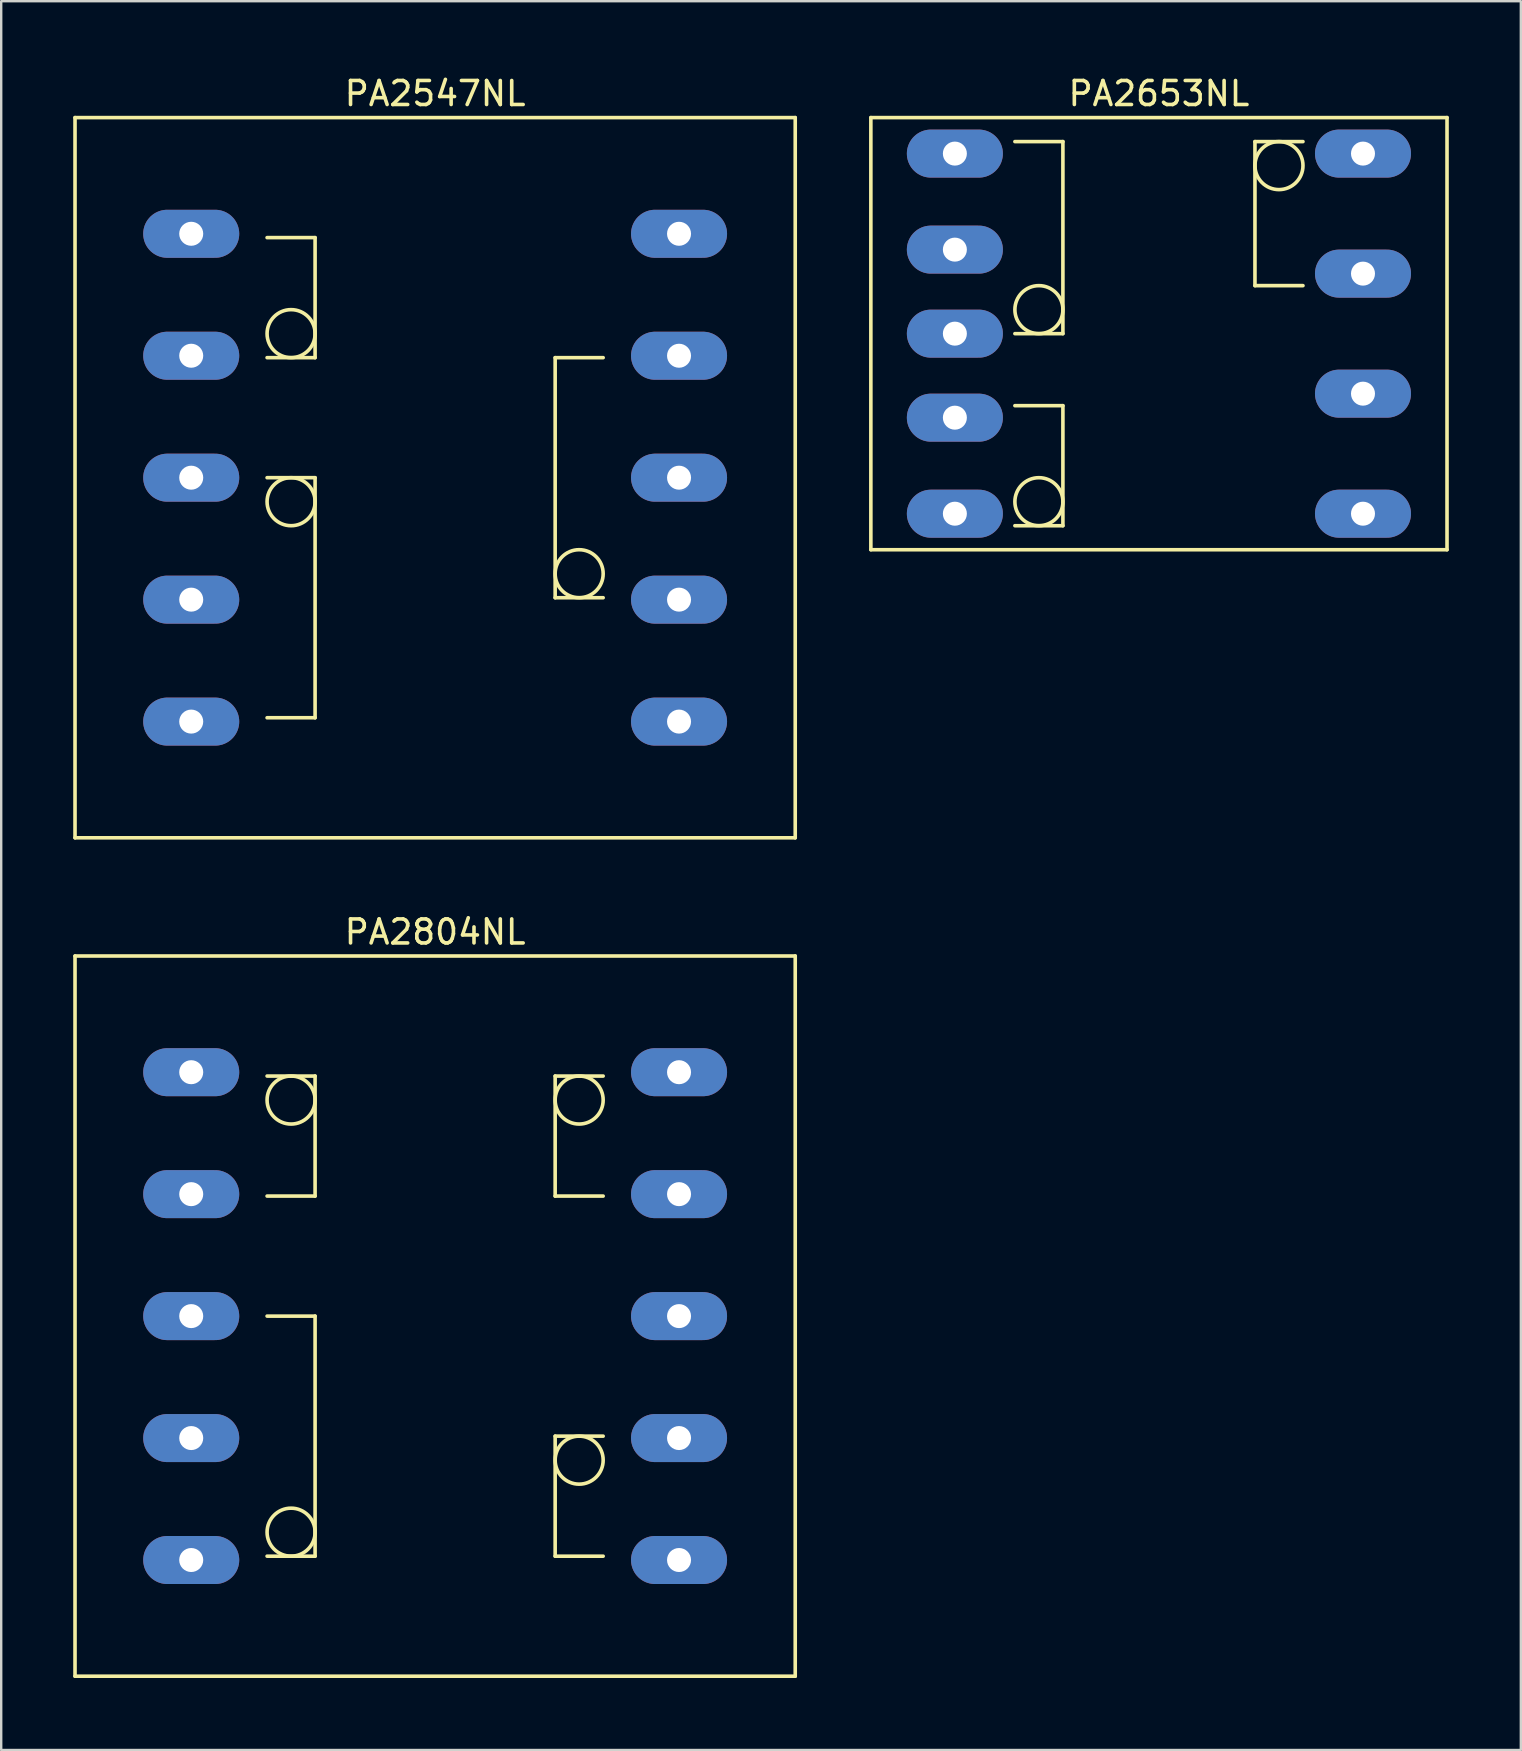
<source format=kicad_pcb>
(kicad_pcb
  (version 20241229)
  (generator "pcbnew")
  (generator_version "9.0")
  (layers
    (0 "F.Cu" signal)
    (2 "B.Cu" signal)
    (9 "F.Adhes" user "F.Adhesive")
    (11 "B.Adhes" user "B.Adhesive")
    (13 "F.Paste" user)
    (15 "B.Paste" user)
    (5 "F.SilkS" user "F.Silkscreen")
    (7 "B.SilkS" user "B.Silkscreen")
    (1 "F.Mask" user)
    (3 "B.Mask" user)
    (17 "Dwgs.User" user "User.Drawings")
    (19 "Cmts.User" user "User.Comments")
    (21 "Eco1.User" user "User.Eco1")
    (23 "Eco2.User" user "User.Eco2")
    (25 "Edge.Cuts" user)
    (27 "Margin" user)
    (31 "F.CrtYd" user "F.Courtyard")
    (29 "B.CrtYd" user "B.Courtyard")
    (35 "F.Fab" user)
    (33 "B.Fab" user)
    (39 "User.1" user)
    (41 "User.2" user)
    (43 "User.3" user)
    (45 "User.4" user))
  (footprint "PA2804NL"
    (layer "F.Cu")
    (at 15.075 51.772)
    (property "Reference" "PA2804NL" (at 0 -16 0) (layer "F.SilkS") (effects (font (size 1 1) (thickness 0.15))))
    (attr through_hole)
    (fp_line (start -15 -15) (end 15 -15) (stroke (width 0.15) (type solid)) (layer "F.SilkS"))
    (fp_line (start -15 15) (end -15 -15) (stroke (width 0.15) (type solid)) (layer "F.SilkS"))
    (fp_line (start -7 -10) (end -5 -10) (stroke (width 0.15) (type solid)) (layer "F.SilkS"))
    (fp_line (start -7 10) (end -5 10) (stroke (width 0.15) (type solid)) (layer "F.SilkS"))
    (fp_line (start -5 -10) (end -5 -5) (stroke (width 0.15) (type solid)) (layer "F.SilkS"))
    (fp_line (start -5 -5) (end -7 -5) (stroke (width 0.15) (type solid)) (layer "F.SilkS"))
    (fp_line (start -5 0) (end -7 0) (stroke (width 0.15) (type solid)) (layer "F.SilkS"))
    (fp_line (start -5 10) (end -5 0) (stroke (width 0.15) (type solid)) (layer "F.SilkS"))
    (fp_line (start 5 -10) (end 7 -10) (stroke (width 0.15) (type solid)) (layer "F.SilkS"))
    (fp_line (start 5 -5) (end 5 -10) (stroke (width 0.15) (type solid)) (layer "F.SilkS"))
    (fp_line (start 5 5) (end 7 5) (stroke (width 0.15) (type solid)) (layer "F.SilkS"))
    (fp_line (start 5 10) (end 5 5) (stroke (width 0.15) (type solid)) (layer "F.SilkS"))
    (fp_line (start 7 -5) (end 5 -5) (stroke (width 0.15) (type solid)) (layer "F.SilkS"))
    (fp_line (start 7 10) (end 5 10) (stroke (width 0.15) (type solid)) (layer "F.SilkS"))
    (fp_line (start 15 -15) (end 15 15) (stroke (width 0.15) (type solid)) (layer "F.SilkS"))
    (fp_line (start 15 15) (end -15 15) (stroke (width 0.15) (type solid)) (layer "F.SilkS"))
    (fp_circle (center -6 -9) (end -6 -10) (stroke (width 0.15) (type solid)) (fill no) (layer "F.SilkS"))
    (fp_circle (center -6 9) (end -6 10) (stroke (width 0.15) (type solid)) (fill no) (layer "F.SilkS"))
    (fp_circle (center 6 -9) (end 6 -10) (stroke (width 0.15) (type solid)) (fill no) (layer "F.SilkS"))
    (fp_circle (center 6 6) (end 5 6) (stroke (width 0.15) (type solid)) (fill no) (layer "F.SilkS"))
    (pad "1" thru_hole oval (at -10.16 10.16) (size 4 2) (drill 1) (layers "*.Cu" "*.Mask"))
    (pad "2" thru_hole oval (at -10.16 5.08) (size 4 2) (drill 1) (layers "*.Cu" "*.Mask"))
    (pad "3" thru_hole oval (at -10.16 0) (size 4 2) (drill 1) (layers "*.Cu" "*.Mask"))
    (pad "4" thru_hole oval (at -10.16 -5.08) (size 4 2) (drill 1) (layers "*.Cu" "*.Mask"))
    (pad "5" thru_hole oval (at -10.16 -10.16) (size 4 2) (drill 1) (layers "*.Cu" "*.Mask"))
    (pad "6" thru_hole oval (at 10.16 -10.16) (size 4 2) (drill 1) (layers "*.Cu" "*.Mask"))
    (pad "7" thru_hole oval (at 10.16 -5.08) (size 4 2) (drill 1) (layers "*.Cu" "*.Mask"))
    (pad "8" thru_hole oval (at 10.16 0) (size 4 2) (drill 1) (layers "*.Cu" "*.Mask"))
    (pad "9" thru_hole oval (at 10.16 5.08) (size 4 2) (drill 1) (layers "*.Cu" "*.Mask"))
    (pad "10" thru_hole oval (at 10.16 10.16) (size 4 2) (drill 1) (layers "*.Cu" "*.Mask")))
  (footprint "PA2653NL"
    (layer "F.Cu")
    (at 45.225 10.848)
    (property "Reference" "PA2653NL" (at 0 -10 0) (layer "F.SilkS") (effects (font (size 1 1) (thickness 0.15))))
    (attr through_hole)
    (fp_line (start -12 -9) (end 12 -9) (stroke (width 0.15) (type solid)) (layer "F.SilkS"))
    (fp_line (start -12 9) (end -12 -9) (stroke (width 0.15) (type solid)) (layer "F.SilkS"))
    (fp_line (start -6 -8) (end -4 -8) (stroke (width 0.15) (type solid)) (layer "F.SilkS"))
    (fp_line (start -6 3) (end -4 3) (stroke (width 0.15) (type solid)) (layer "F.SilkS"))
    (fp_line (start -4 -8) (end -4 0) (stroke (width 0.15) (type solid)) (layer "F.SilkS"))
    (fp_line (start -4 0) (end -6 0) (stroke (width 0.15) (type solid)) (layer "F.SilkS"))
    (fp_line (start -4 3) (end -4 8) (stroke (width 0.15) (type solid)) (layer "F.SilkS"))
    (fp_line (start -4 8) (end -6 8) (stroke (width 0.15) (type solid)) (layer "F.SilkS"))
    (fp_line (start 4 -8) (end 4 -2) (stroke (width 0.15) (type solid)) (layer "F.SilkS"))
    (fp_line (start 4 -2) (end 6 -2) (stroke (width 0.15) (type solid)) (layer "F.SilkS"))
    (fp_line (start 6 -8) (end 4 -8) (stroke (width 0.15) (type solid)) (layer "F.SilkS"))
    (fp_line (start 12 -9) (end 12 9) (stroke (width 0.15) (type solid)) (layer "F.SilkS"))
    (fp_line (start 12 9) (end -12 9) (stroke (width 0.15) (type solid)) (layer "F.SilkS"))
    (fp_circle (center -5 -1) (end -5 0) (stroke (width 0.15) (type solid)) (fill no) (layer "F.SilkS"))
    (fp_circle (center -5 7) (end -5 8) (stroke (width 0.15) (type solid)) (fill no) (layer "F.SilkS"))
    (fp_circle (center 5 -7) (end 5 -8) (stroke (width 0.15) (type solid)) (fill no) (layer "F.SilkS"))
    (pad "1" thru_hole oval (at -8.5 -7.5) (size 4 2) (drill 1) (layers "*.Cu" "*.Mask"))
    (pad "2" thru_hole oval (at -8.5 -3.5) (size 4 2) (drill 1) (layers "*.Cu" "*.Mask"))
    (pad "3" thru_hole oval (at -8.5 0) (size 4 2) (drill 1) (layers "*.Cu" "*.Mask"))
    (pad "4" thru_hole oval (at -8.5 3.5) (size 4 2) (drill 1) (layers "*.Cu" "*.Mask"))
    (pad "5" thru_hole oval (at -8.5 7.5) (size 4 2) (drill 1) (layers "*.Cu" "*.Mask"))
    (pad "6" thru_hole oval (at 8.5 7.5) (size 4 2) (drill 1) (layers "*.Cu" "*.Mask"))
    (pad "7" thru_hole oval (at 8.5 2.5) (size 4 2) (drill 1) (layers "*.Cu" "*.Mask"))
    (pad "8" thru_hole oval (at 8.5 -2.5) (size 4 2) (drill 1) (layers "*.Cu" "*.Mask"))
    (pad "9" thru_hole oval (at 8.5 -7.5) (size 4 2) (drill 1) (layers "*.Cu" "*.Mask")))
  (footprint "PA2547NL"
    (layer "F.Cu")
    (at 15.075 16.848)
    (property "Reference" "PA2547NL" (at 0 -16 0) (layer "F.SilkS") (effects (font (size 1 1) (thickness 0.15))))
    (attr through_hole)
    (fp_line (start -15 -15) (end 15 -15) (stroke (width 0.15) (type solid)) (layer "F.SilkS"))
    (fp_line (start -15 15) (end -15 -15) (stroke (width 0.15) (type solid)) (layer "F.SilkS"))
    (fp_line (start -7 -10) (end -5 -10) (stroke (width 0.15) (type solid)) (layer "F.SilkS"))
    (fp_line (start -7 10) (end -5 10) (stroke (width 0.15) (type solid)) (layer "F.SilkS"))
    (fp_line (start -5 -10) (end -5 -5) (stroke (width 0.15) (type solid)) (layer "F.SilkS"))
    (fp_line (start -5 -5) (end -7 -5) (stroke (width 0.15) (type solid)) (layer "F.SilkS"))
    (fp_line (start -5 0) (end -7 0) (stroke (width 0.15) (type solid)) (layer "F.SilkS"))
    (fp_line (start -5 10) (end -5 0) (stroke (width 0.15) (type solid)) (layer "F.SilkS"))
    (fp_line (start 5 -5) (end 7 -5) (stroke (width 0.15) (type solid)) (layer "F.SilkS"))
    (fp_line (start 5 5) (end 5 -5) (stroke (width 0.15) (type solid)) (layer "F.SilkS"))
    (fp_line (start 7 5) (end 5 5) (stroke (width 0.15) (type solid)) (layer "F.SilkS"))
    (fp_line (start 15 -15) (end 15 15) (stroke (width 0.15) (type solid)) (layer "F.SilkS"))
    (fp_line (start 15 15) (end -15 15) (stroke (width 0.15) (type solid)) (layer "F.SilkS"))
    (fp_circle (center -6 -6) (end -6 -5) (stroke (width 0.15) (type solid)) (fill no) (layer "F.SilkS"))
    (fp_circle (center -6 1) (end -6 0) (stroke (width 0.15) (type solid)) (fill no) (layer "F.SilkS"))
    (fp_circle (center 6 4) (end 6 5) (stroke (width 0.15) (type solid)) (fill no) (layer "F.SilkS"))
    (pad "1" thru_hole oval (at -10.16 10.16) (size 4 2) (drill 1) (layers "*.Cu" "*.Mask"))
    (pad "2" thru_hole oval (at -10.16 5.08) (size 4 2) (drill 1) (layers "*.Cu" "*.Mask"))
    (pad "3" thru_hole oval (at -10.16 0) (size 4 2) (drill 1) (layers "*.Cu" "*.Mask"))
    (pad "4" thru_hole oval (at -10.16 -5.08) (size 4 2) (drill 1) (layers "*.Cu" "*.Mask"))
    (pad "5" thru_hole oval (at -10.16 -10.16) (size 4 2) (drill 1) (layers "*.Cu" "*.Mask"))
    (pad "6" thru_hole oval (at 10.16 -10.16) (size 4 2) (drill 1) (layers "*.Cu" "*.Mask"))
    (pad "7" thru_hole oval (at 10.16 -5.08) (size 4 2) (drill 1) (layers "*.Cu" "*.Mask"))
    (pad "8" thru_hole oval (at 10.16 0) (size 4 2) (drill 1) (layers "*.Cu" "*.Mask"))
    (pad "9" thru_hole oval (at 10.16 5.08) (size 4 2) (drill 1) (layers "*.Cu" "*.Mask"))
    (pad "10" thru_hole oval (at 10.16 10.16) (size 4 2) (drill 1) (layers "*.Cu" "*.Mask")))
  (gr_rect
    (start -3 -3)
    (end 60.3 69.847)
    (stroke (width 0.1) (type default))
    (fill no)
    (layer "Edge.Cuts")))
</source>
